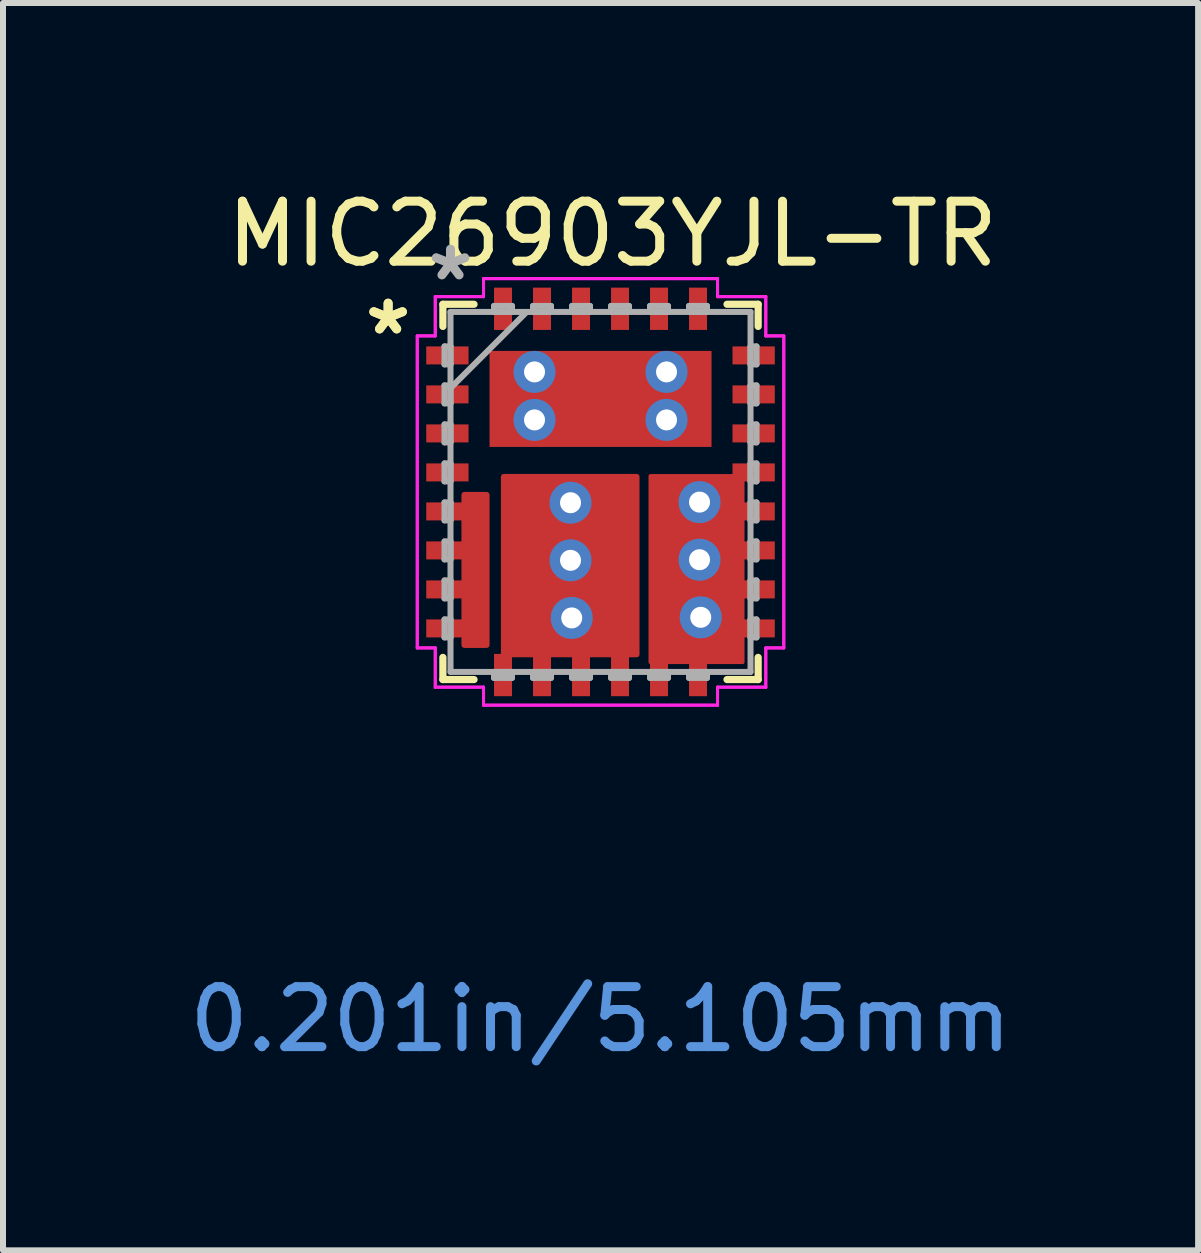
<source format=kicad_pcb>
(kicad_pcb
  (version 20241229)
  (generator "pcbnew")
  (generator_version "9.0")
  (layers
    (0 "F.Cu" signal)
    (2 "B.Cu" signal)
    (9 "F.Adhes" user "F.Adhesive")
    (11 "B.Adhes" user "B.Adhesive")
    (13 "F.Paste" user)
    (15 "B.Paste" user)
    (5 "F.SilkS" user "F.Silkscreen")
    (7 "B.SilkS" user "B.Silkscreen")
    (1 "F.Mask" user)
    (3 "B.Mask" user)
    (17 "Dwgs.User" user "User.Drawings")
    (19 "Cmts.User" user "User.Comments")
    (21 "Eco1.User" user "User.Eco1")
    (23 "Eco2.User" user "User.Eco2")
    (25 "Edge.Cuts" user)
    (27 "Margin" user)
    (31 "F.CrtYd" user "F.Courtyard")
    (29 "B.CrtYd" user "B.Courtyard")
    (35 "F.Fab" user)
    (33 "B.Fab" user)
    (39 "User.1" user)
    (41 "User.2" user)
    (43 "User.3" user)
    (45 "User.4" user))
  (footprint "MIC26903YJL-TR"
    (layer "F.Cu")
    (at 6.958 5.148)
    (property "Reference" "MIC26903YJL-TR" (at 0.2 -4.3 0) (layer "F.SilkS") (effects (font (size 1 1) (thickness 0.15))))
    (attr through_hole)
    (fp_poly (pts (xy -2.268 0.05) (xy -1.899 0.05) (xy -1.899 2.55) (xy -2.268 2.55)) (stroke (width 0.1) (type solid)) (fill yes) (layer "F.Cu"))
    (fp_line (start -2.627 -3.127) (end -2.627 -2.758) (stroke (width 0.12) (type solid)) (layer "F.SilkS"))
    (fp_line (start -2.627 2.758) (end -2.627 3.127) (stroke (width 0.12) (type solid)) (layer "F.SilkS"))
    (fp_line (start -2.627 3.127) (end -2.108 3.127) (stroke (width 0.12) (type solid)) (layer "F.SilkS"))
    (fp_line (start -2.108 -3.127) (end -2.627 -3.127) (stroke (width 0.12) (type solid)) (layer "F.SilkS"))
    (fp_line (start 2.108 3.127) (end 2.627 3.127) (stroke (width 0.12) (type solid)) (layer "F.SilkS"))
    (fp_line (start 2.627 -3.127) (end 2.108 -3.127) (stroke (width 0.12) (type solid)) (layer "F.SilkS"))
    (fp_line (start 2.627 -2.758) (end 2.627 -3.127) (stroke (width 0.12) (type solid)) (layer "F.SilkS"))
    (fp_line (start 2.627 3.127) (end 2.627 2.758) (stroke (width 0.12) (type solid)) (layer "F.SilkS"))
    (fp_rect (start -2.82 -2.205) (end -2.32 -2.35) (stroke (width 0.1) (type solid)) (fill yes) (layer "F.Paste"))
    (fp_rect (start -2.82 -1.555) (end -2.32 -1.7) (stroke (width 0.1) (type solid)) (fill yes) (layer "F.Paste"))
    (fp_rect (start -2.82 0.385) (end -2.32 0.24) (stroke (width 0.1) (type solid)) (fill yes) (layer "F.Paste"))
    (fp_rect (start -2.82 1.045) (end -2.32 0.9) (stroke (width 0.1) (type solid)) (fill yes) (layer "F.Paste"))
    (fp_rect (start -2.82 1.705) (end -2.32 1.56) (stroke (width 0.1) (type solid)) (fill yes) (layer "F.Paste"))
    (fp_rect (start -2.81 -0.905) (end -2.31 -1.05) (stroke (width 0.1) (type solid)) (fill yes) (layer "F.Paste"))
    (fp_rect (start -2.81 -0.255) (end -2.31 -0.4) (stroke (width 0.1) (type solid)) (fill yes) (layer "F.Paste"))
    (fp_rect (start -2.81 2.345) (end -2.31 2.2) (stroke (width 0.1) (type solid)) (fill yes) (layer "F.Paste"))
    (fp_rect (start -1.795 -2.3) (end -0.16 -0.8) (stroke (width 0.1) (type solid)) (fill yes) (layer "F.Paste"))
    (fp_rect (start -1.705 2.79) (end -1.56 3.29) (stroke (width 0.1) (type solid)) (fill yes) (layer "F.Paste"))
    (fp_rect (start -1.7 -3.32) (end -1.555 -2.82) (stroke (width 0.1) (type solid)) (fill yes) (layer "F.Paste"))
    (fp_rect (start -1.595 1.82) (end -0.83 2.54) (stroke (width 0.1) (type solid)) (fill yes) (layer "F.Paste"))
    (fp_rect (start -1.585 -0.22) (end -0.82 0.5) (stroke (width 0.1) (type solid)) (fill yes) (layer "F.Paste"))
    (fp_rect (start -1.535 0.77) (end -0.77 1.49) (stroke (width 0.1) (type solid)) (fill yes) (layer "F.Paste"))
    (fp_rect (start -1.055 2.79) (end -0.91 3.29) (stroke (width 0.1) (type solid)) (fill yes) (layer "F.Paste"))
    (fp_rect (start -1.045 -3.3) (end -0.9 -2.8) (stroke (width 0.1) (type solid)) (fill yes) (layer "F.Paste"))
    (fp_rect (start -0.405 2.8) (end -0.26 3.3) (stroke (width 0.1) (type solid)) (fill yes) (layer "F.Paste"))
    (fp_rect (start -0.395 -3.3) (end -0.25 -2.8) (stroke (width 0.1) (type solid)) (fill yes) (layer "F.Paste"))
    (fp_rect (start -0.215 0.74) (end 0.55 1.46) (stroke (width 0.1) (type solid)) (fill yes) (layer "F.Paste"))
    (fp_rect (start -0.205 -0.22) (end 0.56 0.5) (stroke (width 0.1) (type solid)) (fill yes) (layer "F.Paste"))
    (fp_rect (start -0.205 1.72) (end 0.56 2.44) (stroke (width 0.1) (type solid)) (fill yes) (layer "F.Paste"))
    (fp_rect (start 0.165 -2.3) (end 1.8 -0.8) (stroke (width 0.1) (type solid)) (fill yes) (layer "F.Paste"))
    (fp_rect (start 0.255 -3.29) (end 0.4 -2.79) (stroke (width 0.1) (type solid)) (fill yes) (layer "F.Paste"))
    (fp_rect (start 0.255 2.82) (end 0.4 3.32) (stroke (width 0.1) (type solid)) (fill yes) (layer "F.Paste"))
    (fp_rect (start 0.895 -3.3) (end 1.04 -2.8) (stroke (width 0.1) (type solid)) (fill yes) (layer "F.Paste"))
    (fp_rect (start 0.905 2.82) (end 1.05 3.32) (stroke (width 0.1) (type solid)) (fill yes) (layer "F.Paste"))
    (fp_rect (start 1.238 1.24) (end 2.002 2.61) (stroke (width 0.1) (type solid)) (fill yes) (layer "F.Paste"))
    (fp_rect (start 1.255 -0.23) (end 2.02 0.97) (stroke (width 0.1) (type solid)) (fill yes) (layer "F.Paste"))
    (fp_rect (start 1.545 -3.3) (end 1.69 -2.8) (stroke (width 0.1) (type solid)) (fill yes) (layer "F.Paste"))
    (fp_rect (start 1.695 3.32) (end 1.55 2.82) (stroke (width 0.1) (type solid)) (fill yes) (layer "F.Paste"))
    (fp_rect (start 2.29 0.405) (end 2.79 0.26) (stroke (width 0.1) (type solid)) (fill yes) (layer "F.Paste"))
    (fp_rect (start 2.3 -2.205) (end 2.8 -2.35) (stroke (width 0.1) (type solid)) (fill yes) (layer "F.Paste"))
    (fp_rect (start 2.3 -1.555) (end 2.8 -1.7) (stroke (width 0.1) (type solid)) (fill yes) (layer "F.Paste"))
    (fp_rect (start 2.3 -0.895) (end 2.8 -1.04) (stroke (width 0.1) (type solid)) (fill yes) (layer "F.Paste"))
    (fp_rect (start 2.3 -0.265) (end 2.8 -0.41) (stroke (width 0.1) (type solid)) (fill yes) (layer "F.Paste"))
    (fp_rect (start 2.33 1.045) (end 2.83 0.9) (stroke (width 0.1) (type solid)) (fill yes) (layer "F.Paste"))
    (fp_rect (start 2.33 1.695) (end 2.83 1.55) (stroke (width 0.1) (type solid)) (fill yes) (layer "F.Paste"))
    (fp_rect (start 2.34 2.345) (end 2.84 2.2) (stroke (width 0.1) (type solid)) (fill yes) (layer "F.Paste"))
    (fp_line (start -3.054 -2.6) (end -2.754 -2.6) (stroke (width 0.05) (type solid)) (layer "F.CrtYd"))
    (fp_line (start -3.054 -2.6) (end -2.754 -2.6) (stroke (width 0.05) (type solid)) (layer "F.CrtYd"))
    (fp_line (start -3.054 2.6) (end -3.054 -2.6) (stroke (width 0.05) (type solid)) (layer "F.CrtYd"))
    (fp_line (start -3.054 2.6) (end -3.054 -2.6) (stroke (width 0.05) (type solid)) (layer "F.CrtYd"))
    (fp_line (start -2.754 -3.254) (end -1.95 -3.254) (stroke (width 0.05) (type solid)) (layer "F.CrtYd"))
    (fp_line (start -2.754 -3.254) (end -1.95 -3.254) (stroke (width 0.05) (type solid)) (layer "F.CrtYd"))
    (fp_line (start -2.754 -2.6) (end -2.754 -3.254) (stroke (width 0.05) (type solid)) (layer "F.CrtYd"))
    (fp_line (start -2.754 -2.6) (end -2.754 -3.254) (stroke (width 0.05) (type solid)) (layer "F.CrtYd"))
    (fp_line (start -2.754 2.6) (end -3.054 2.6) (stroke (width 0.05) (type solid)) (layer "F.CrtYd"))
    (fp_line (start -2.754 2.6) (end -3.054 2.6) (stroke (width 0.05) (type solid)) (layer "F.CrtYd"))
    (fp_line (start -2.754 3.254) (end -2.754 2.6) (stroke (width 0.05) (type solid)) (layer "F.CrtYd"))
    (fp_line (start -2.754 3.254) (end -2.754 2.6) (stroke (width 0.05) (type solid)) (layer "F.CrtYd"))
    (fp_line (start -1.95 -3.554) (end 1.95 -3.554) (stroke (width 0.05) (type solid)) (layer "F.CrtYd"))
    (fp_line (start -1.95 -3.554) (end 1.95 -3.554) (stroke (width 0.05) (type solid)) (layer "F.CrtYd"))
    (fp_line (start -1.95 -3.254) (end -1.95 -3.554) (stroke (width 0.05) (type solid)) (layer "F.CrtYd"))
    (fp_line (start -1.95 -3.254) (end -1.95 -3.554) (stroke (width 0.05) (type solid)) (layer "F.CrtYd"))
    (fp_line (start -1.95 3.254) (end -2.754 3.254) (stroke (width 0.05) (type solid)) (layer "F.CrtYd"))
    (fp_line (start -1.95 3.254) (end -2.754 3.254) (stroke (width 0.05) (type solid)) (layer "F.CrtYd"))
    (fp_line (start -1.95 3.554) (end -1.95 3.254) (stroke (width 0.05) (type solid)) (layer "F.CrtYd"))
    (fp_line (start -1.95 3.554) (end -1.95 3.254) (stroke (width 0.05) (type solid)) (layer "F.CrtYd"))
    (fp_line (start 1.95 -3.554) (end 1.95 -3.254) (stroke (width 0.05) (type solid)) (layer "F.CrtYd"))
    (fp_line (start 1.95 -3.554) (end 1.95 -3.254) (stroke (width 0.05) (type solid)) (layer "F.CrtYd"))
    (fp_line (start 1.95 -3.254) (end 2.754 -3.254) (stroke (width 0.05) (type solid)) (layer "F.CrtYd"))
    (fp_line (start 1.95 -3.254) (end 2.754 -3.254) (stroke (width 0.05) (type solid)) (layer "F.CrtYd"))
    (fp_line (start 1.95 3.254) (end 1.95 3.554) (stroke (width 0.05) (type solid)) (layer "F.CrtYd"))
    (fp_line (start 1.95 3.254) (end 1.95 3.554) (stroke (width 0.05) (type solid)) (layer "F.CrtYd"))
    (fp_line (start 1.95 3.554) (end -1.95 3.554) (stroke (width 0.05) (type solid)) (layer "F.CrtYd"))
    (fp_line (start 1.95 3.554) (end -1.95 3.554) (stroke (width 0.05) (type solid)) (layer "F.CrtYd"))
    (fp_line (start 2.754 -3.254) (end 2.754 -2.6) (stroke (width 0.05) (type solid)) (layer "F.CrtYd"))
    (fp_line (start 2.754 -3.254) (end 2.754 -2.6) (stroke (width 0.05) (type solid)) (layer "F.CrtYd"))
    (fp_line (start 2.754 -2.6) (end 3.054 -2.6) (stroke (width 0.05) (type solid)) (layer "F.CrtYd"))
    (fp_line (start 2.754 -2.6) (end 3.054 -2.6) (stroke (width 0.05) (type solid)) (layer "F.CrtYd"))
    (fp_line (start 2.754 2.6) (end 2.754 3.254) (stroke (width 0.05) (type solid)) (layer "F.CrtYd"))
    (fp_line (start 2.754 2.6) (end 2.754 3.254) (stroke (width 0.05) (type solid)) (layer "F.CrtYd"))
    (fp_line (start 2.754 3.254) (end 1.95 3.254) (stroke (width 0.05) (type solid)) (layer "F.CrtYd"))
    (fp_line (start 2.754 3.254) (end 1.95 3.254) (stroke (width 0.05) (type solid)) (layer "F.CrtYd"))
    (fp_line (start 3.054 -2.6) (end 3.054 2.6) (stroke (width 0.05) (type solid)) (layer "F.CrtYd"))
    (fp_line (start 3.054 -2.6) (end 3.054 2.6) (stroke (width 0.05) (type solid)) (layer "F.CrtYd"))
    (fp_line (start 3.054 2.6) (end 2.754 2.6) (stroke (width 0.05) (type solid)) (layer "F.CrtYd"))
    (fp_line (start 3.054 2.6) (end 2.754 2.6) (stroke (width 0.05) (type solid)) (layer "F.CrtYd"))
    (fp_line (start -2.6 -2.425) (end -2.6 -2.125) (stroke (width 0.1) (type solid)) (layer "F.Fab"))
    (fp_line (start -2.6 -2.125) (end -2.5 -2.125) (stroke (width 0.1) (type solid)) (layer "F.Fab"))
    (fp_line (start -2.6 -1.775) (end -2.6 -1.475) (stroke (width 0.1) (type solid)) (layer "F.Fab"))
    (fp_line (start -2.6 -1.475) (end -2.5 -1.475) (stroke (width 0.1) (type solid)) (layer "F.Fab"))
    (fp_line (start -2.6 -1.125) (end -2.6 -0.825) (stroke (width 0.1) (type solid)) (layer "F.Fab"))
    (fp_line (start -2.6 -0.825) (end -2.5 -0.825) (stroke (width 0.1) (type solid)) (layer "F.Fab"))
    (fp_line (start -2.6 -0.475) (end -2.6 -0.175) (stroke (width 0.1) (type solid)) (layer "F.Fab"))
    (fp_line (start -2.6 -0.175) (end -2.5 -0.175) (stroke (width 0.1) (type solid)) (layer "F.Fab"))
    (fp_line (start -2.6 0.175) (end -2.6 0.475) (stroke (width 0.1) (type solid)) (layer "F.Fab"))
    (fp_line (start -2.6 0.475) (end -2.5 0.475) (stroke (width 0.1) (type solid)) (layer "F.Fab"))
    (fp_line (start -2.6 0.825) (end -2.6 1.125) (stroke (width 0.1) (type solid)) (layer "F.Fab"))
    (fp_line (start -2.6 1.125) (end -2.5 1.125) (stroke (width 0.1) (type solid)) (layer "F.Fab"))
    (fp_line (start -2.6 1.475) (end -2.6 1.775) (stroke (width 0.1) (type solid)) (layer "F.Fab"))
    (fp_line (start -2.6 1.775) (end -2.5 1.775) (stroke (width 0.1) (type solid)) (layer "F.Fab"))
    (fp_line (start -2.6 2.125) (end -2.6 2.425) (stroke (width 0.1) (type solid)) (layer "F.Fab"))
    (fp_line (start -2.6 2.425) (end -2.5 2.425) (stroke (width 0.1) (type solid)) (layer "F.Fab"))
    (fp_line (start -2.5 -3) (end -2.5 3) (stroke (width 0.1) (type solid)) (layer "F.Fab"))
    (fp_line (start -2.5 -2.425) (end -2.6 -2.425) (stroke (width 0.1) (type solid)) (layer "F.Fab"))
    (fp_line (start -2.5 -2.125) (end -2.5 -2.425) (stroke (width 0.1) (type solid)) (layer "F.Fab"))
    (fp_line (start -2.5 -1.775) (end -2.6 -1.775) (stroke (width 0.1) (type solid)) (layer "F.Fab"))
    (fp_line (start -2.5 -1.73) (end -1.23 -3) (stroke (width 0.1) (type solid)) (layer "F.Fab"))
    (fp_line (start -2.5 -1.475) (end -2.5 -1.775) (stroke (width 0.1) (type solid)) (layer "F.Fab"))
    (fp_line (start -2.5 -1.125) (end -2.6 -1.125) (stroke (width 0.1) (type solid)) (layer "F.Fab"))
    (fp_line (start -2.5 -0.825) (end -2.5 -1.125) (stroke (width 0.1) (type solid)) (layer "F.Fab"))
    (fp_line (start -2.5 -0.475) (end -2.6 -0.475) (stroke (width 0.1) (type solid)) (layer "F.Fab"))
    (fp_line (start -2.5 -0.175) (end -2.5 -0.475) (stroke (width 0.1) (type solid)) (layer "F.Fab"))
    (fp_line (start -2.5 0.175) (end -2.6 0.175) (stroke (width 0.1) (type solid)) (layer "F.Fab"))
    (fp_line (start -2.5 0.475) (end -2.5 0.175) (stroke (width 0.1) (type solid)) (layer "F.Fab"))
    (fp_line (start -2.5 0.825) (end -2.6 0.825) (stroke (width 0.1) (type solid)) (layer "F.Fab"))
    (fp_line (start -2.5 1.125) (end -2.5 0.825) (stroke (width 0.1) (type solid)) (layer "F.Fab"))
    (fp_line (start -2.5 1.475) (end -2.6 1.475) (stroke (width 0.1) (type solid)) (layer "F.Fab"))
    (fp_line (start -2.5 1.775) (end -2.5 1.475) (stroke (width 0.1) (type solid)) (layer "F.Fab"))
    (fp_line (start -2.5 2.125) (end -2.6 2.125) (stroke (width 0.1) (type solid)) (layer "F.Fab"))
    (fp_line (start -2.5 2.425) (end -2.5 2.125) (stroke (width 0.1) (type solid)) (layer "F.Fab"))
    (fp_line (start -2.5 3) (end 2.5 3) (stroke (width 0.1) (type solid)) (layer "F.Fab"))
    (fp_line (start -1.775 -3.1) (end -1.775 -3) (stroke (width 0.1) (type solid)) (layer "F.Fab"))
    (fp_line (start -1.775 -3) (end -1.475 -3) (stroke (width 0.1) (type solid)) (layer "F.Fab"))
    (fp_line (start -1.775 3) (end -1.775 3.1) (stroke (width 0.1) (type solid)) (layer "F.Fab"))
    (fp_line (start -1.775 3.1) (end -1.475 3.1) (stroke (width 0.1) (type solid)) (layer "F.Fab"))
    (fp_line (start -1.475 -3.1) (end -1.775 -3.1) (stroke (width 0.1) (type solid)) (layer "F.Fab"))
    (fp_line (start -1.475 -3) (end -1.475 -3.1) (stroke (width 0.1) (type solid)) (layer "F.Fab"))
    (fp_line (start -1.475 3) (end -1.775 3) (stroke (width 0.1) (type solid)) (layer "F.Fab"))
    (fp_line (start -1.475 3.1) (end -1.475 3) (stroke (width 0.1) (type solid)) (layer "F.Fab"))
    (fp_line (start -1.125 -3.1) (end -1.125 -3) (stroke (width 0.1) (type solid)) (layer "F.Fab"))
    (fp_line (start -1.125 -3) (end -0.825 -3) (stroke (width 0.1) (type solid)) (layer "F.Fab"))
    (fp_line (start -1.125 3) (end -1.125 3.1) (stroke (width 0.1) (type solid)) (layer "F.Fab"))
    (fp_line (start -1.125 3.1) (end -0.825 3.1) (stroke (width 0.1) (type solid)) (layer "F.Fab"))
    (fp_line (start -0.825 -3.1) (end -1.125 -3.1) (stroke (width 0.1) (type solid)) (layer "F.Fab"))
    (fp_line (start -0.825 -3) (end -0.825 -3.1) (stroke (width 0.1) (type solid)) (layer "F.Fab"))
    (fp_line (start -0.825 3) (end -1.125 3) (stroke (width 0.1) (type solid)) (layer "F.Fab"))
    (fp_line (start -0.825 3.1) (end -0.825 3) (stroke (width 0.1) (type solid)) (layer "F.Fab"))
    (fp_line (start -0.475 -3.1) (end -0.475 -3) (stroke (width 0.1) (type solid)) (layer "F.Fab"))
    (fp_line (start -0.475 -3) (end -0.175 -3) (stroke (width 0.1) (type solid)) (layer "F.Fab"))
    (fp_line (start -0.475 3) (end -0.475 3.1) (stroke (width 0.1) (type solid)) (layer "F.Fab"))
    (fp_line (start -0.475 3.1) (end -0.175 3.1) (stroke (width 0.1) (type solid)) (layer "F.Fab"))
    (fp_line (start -0.175 -3.1) (end -0.475 -3.1) (stroke (width 0.1) (type solid)) (layer "F.Fab"))
    (fp_line (start -0.175 -3) (end -0.175 -3.1) (stroke (width 0.1) (type solid)) (layer "F.Fab"))
    (fp_line (start -0.175 3) (end -0.475 3) (stroke (width 0.1) (type solid)) (layer "F.Fab"))
    (fp_line (start -0.175 3.1) (end -0.175 3) (stroke (width 0.1) (type solid)) (layer "F.Fab"))
    (fp_line (start 0.175 -3.1) (end 0.175 -3) (stroke (width 0.1) (type solid)) (layer "F.Fab"))
    (fp_line (start 0.175 -3) (end 0.475 -3) (stroke (width 0.1) (type solid)) (layer "F.Fab"))
    (fp_line (start 0.175 3) (end 0.175 3.1) (stroke (width 0.1) (type solid)) (layer "F.Fab"))
    (fp_line (start 0.175 3.1) (end 0.475 3.1) (stroke (width 0.1) (type solid)) (layer "F.Fab"))
    (fp_line (start 0.475 -3.1) (end 0.175 -3.1) (stroke (width 0.1) (type solid)) (layer "F.Fab"))
    (fp_line (start 0.475 -3) (end 0.475 -3.1) (stroke (width 0.1) (type solid)) (layer "F.Fab"))
    (fp_line (start 0.475 3) (end 0.175 3) (stroke (width 0.1) (type solid)) (layer "F.Fab"))
    (fp_line (start 0.475 3.1) (end 0.475 3) (stroke (width 0.1) (type solid)) (layer "F.Fab"))
    (fp_line (start 0.825 -3.1) (end 0.825 -3) (stroke (width 0.1) (type solid)) (layer "F.Fab"))
    (fp_line (start 0.825 -3) (end 1.125 -3) (stroke (width 0.1) (type solid)) (layer "F.Fab"))
    (fp_line (start 0.825 3) (end 0.825 3.1) (stroke (width 0.1) (type solid)) (layer "F.Fab"))
    (fp_line (start 0.825 3.1) (end 1.125 3.1) (stroke (width 0.1) (type solid)) (layer "F.Fab"))
    (fp_line (start 1.125 -3.1) (end 0.825 -3.1) (stroke (width 0.1) (type solid)) (layer "F.Fab"))
    (fp_line (start 1.125 -3) (end 1.125 -3.1) (stroke (width 0.1) (type solid)) (layer "F.Fab"))
    (fp_line (start 1.125 3) (end 0.825 3) (stroke (width 0.1) (type solid)) (layer "F.Fab"))
    (fp_line (start 1.125 3.1) (end 1.125 3) (stroke (width 0.1) (type solid)) (layer "F.Fab"))
    (fp_line (start 1.475 -3.1) (end 1.475 -3) (stroke (width 0.1) (type solid)) (layer "F.Fab"))
    (fp_line (start 1.475 -3) (end 1.775 -3) (stroke (width 0.1) (type solid)) (layer "F.Fab"))
    (fp_line (start 1.475 3) (end 1.475 3.1) (stroke (width 0.1) (type solid)) (layer "F.Fab"))
    (fp_line (start 1.475 3.1) (end 1.775 3.1) (stroke (width 0.1) (type solid)) (layer "F.Fab"))
    (fp_line (start 1.775 -3.1) (end 1.475 -3.1) (stroke (width 0.1) (type solid)) (layer "F.Fab"))
    (fp_line (start 1.775 -3) (end 1.775 -3.1) (stroke (width 0.1) (type solid)) (layer "F.Fab"))
    (fp_line (start 1.775 3) (end 1.475 3) (stroke (width 0.1) (type solid)) (layer "F.Fab"))
    (fp_line (start 1.775 3.1) (end 1.775 3) (stroke (width 0.1) (type solid)) (layer "F.Fab"))
    (fp_line (start 2.5 -3) (end -2.5 -3) (stroke (width 0.1) (type solid)) (layer "F.Fab"))
    (fp_line (start 2.5 -2.425) (end 2.5 -2.125) (stroke (width 0.1) (type solid)) (layer "F.Fab"))
    (fp_line (start 2.5 -2.125) (end 2.6 -2.125) (stroke (width 0.1) (type solid)) (layer "F.Fab"))
    (fp_line (start 2.5 -1.775) (end 2.5 -1.475) (stroke (width 0.1) (type solid)) (layer "F.Fab"))
    (fp_line (start 2.5 -1.475) (end 2.6 -1.475) (stroke (width 0.1) (type solid)) (layer "F.Fab"))
    (fp_line (start 2.5 -1.125) (end 2.5 -0.825) (stroke (width 0.1) (type solid)) (layer "F.Fab"))
    (fp_line (start 2.5 -0.825) (end 2.6 -0.825) (stroke (width 0.1) (type solid)) (layer "F.Fab"))
    (fp_line (start 2.5 -0.475) (end 2.5 -0.175) (stroke (width 0.1) (type solid)) (layer "F.Fab"))
    (fp_line (start 2.5 -0.175) (end 2.6 -0.175) (stroke (width 0.1) (type solid)) (layer "F.Fab"))
    (fp_line (start 2.5 0.175) (end 2.5 0.475) (stroke (width 0.1) (type solid)) (layer "F.Fab"))
    (fp_line (start 2.5 0.475) (end 2.6 0.475) (stroke (width 0.1) (type solid)) (layer "F.Fab"))
    (fp_line (start 2.5 0.825) (end 2.5 1.125) (stroke (width 0.1) (type solid)) (layer "F.Fab"))
    (fp_line (start 2.5 1.125) (end 2.6 1.125) (stroke (width 0.1) (type solid)) (layer "F.Fab"))
    (fp_line (start 2.5 1.475) (end 2.5 1.775) (stroke (width 0.1) (type solid)) (layer "F.Fab"))
    (fp_line (start 2.5 1.775) (end 2.6 1.775) (stroke (width 0.1) (type solid)) (layer "F.Fab"))
    (fp_line (start 2.5 2.125) (end 2.5 2.425) (stroke (width 0.1) (type solid)) (layer "F.Fab"))
    (fp_line (start 2.5 2.425) (end 2.6 2.425) (stroke (width 0.1) (type solid)) (layer "F.Fab"))
    (fp_line (start 2.5 3) (end 2.5 -3) (stroke (width 0.1) (type solid)) (layer "F.Fab"))
    (fp_line (start 2.6 -2.425) (end 2.5 -2.425) (stroke (width 0.1) (type solid)) (layer "F.Fab"))
    (fp_line (start 2.6 -2.125) (end 2.6 -2.425) (stroke (width 0.1) (type solid)) (layer "F.Fab"))
    (fp_line (start 2.6 -1.775) (end 2.5 -1.775) (stroke (width 0.1) (type solid)) (layer "F.Fab"))
    (fp_line (start 2.6 -1.475) (end 2.6 -1.775) (stroke (width 0.1) (type solid)) (layer "F.Fab"))
    (fp_line (start 2.6 -1.125) (end 2.5 -1.125) (stroke (width 0.1) (type solid)) (layer "F.Fab"))
    (fp_line (start 2.6 -0.825) (end 2.6 -1.125) (stroke (width 0.1) (type solid)) (layer "F.Fab"))
    (fp_line (start 2.6 -0.475) (end 2.5 -0.475) (stroke (width 0.1) (type solid)) (layer "F.Fab"))
    (fp_line (start 2.6 -0.175) (end 2.6 -0.475) (stroke (width 0.1) (type solid)) (layer "F.Fab"))
    (fp_line (start 2.6 0.175) (end 2.5 0.175) (stroke (width 0.1) (type solid)) (layer "F.Fab"))
    (fp_line (start 2.6 0.475) (end 2.6 0.175) (stroke (width 0.1) (type solid)) (layer "F.Fab"))
    (fp_line (start 2.6 0.825) (end 2.5 0.825) (stroke (width 0.1) (type solid)) (layer "F.Fab"))
    (fp_line (start 2.6 1.125) (end 2.6 0.825) (stroke (width 0.1) (type solid)) (layer "F.Fab"))
    (fp_line (start 2.6 1.475) (end 2.5 1.475) (stroke (width 0.1) (type solid)) (layer "F.Fab"))
    (fp_line (start 2.6 1.775) (end 2.6 1.475) (stroke (width 0.1) (type solid)) (layer "F.Fab"))
    (fp_line (start 2.6 2.125) (end 2.5 2.125) (stroke (width 0.1) (type solid)) (layer "F.Fab"))
    (fp_line (start 2.6 2.425) (end 2.6 2.125) (stroke (width 0.1) (type solid)) (layer "F.Fab"))
    (fp_text user "*" (at -3.54 -2.6 0) (layer "F.SilkS") (effects (font (size 1 1) (thickness 0.15))))
    (fp_text user "*" (at -3.54 -2.6 0) (layer "F.SilkS") (effects (font (size 1 1) (thickness 0.15))))
    (fp_text user "0.201in/5.105mm" (at 0 8.79 0) (layer "Cmts.User") (effects (font (size 1 1) (thickness 0.15))))
    (fp_text user "*" (at -2.5 -3.5 0) (layer "F.Fab") (effects (font (size 1 1) (thickness 0.15))))
    (pad "1" smd rect (at -2.552 -2.275 90) (size 0.3 0.705) (layers "F.Cu" "F.Mask" "F.Paste"))
    (pad "2" smd rect (at -2.552 -1.625 90) (size 0.3 0.705) (layers "F.Cu" "F.Mask" "F.Paste"))
    (pad "2" thru_hole circle (at -1.1 -2) (size 0.7 0.7) (drill 0.35) (layers "*.Cu" "F.Mask"))
    (pad "2" thru_hole circle (at -1.1 -1.2) (size 0.7 0.7) (drill 0.35) (layers "*.Cu" "F.Mask"))
    (pad "2" smd rect (at 0 -1.55) (size 3.7 1.6) (layers "F.Cu" "F.Mask" "F.Paste"))
    (pad "2" thru_hole circle (at 1.1 -2) (size 0.7 0.7) (drill 0.35) (layers "*.Cu" "F.Mask"))
    (pad "2" thru_hole circle (at 1.1 -1.2) (size 0.7 0.7) (drill 0.35) (layers "*.Cu" "F.Mask"))
    (pad "3" smd rect (at -2.552 -0.975 90) (size 0.3 0.705) (layers "F.Cu" "F.Mask" "F.Paste"))
    (pad "4" smd rect (at -2.552 -0.325 90) (size 0.3 0.705) (layers "F.Cu" "F.Mask" "F.Paste"))
    (pad "5" smd rect (at -2.552 0.325 90) (size 0.3 0.705) (layers "F.Cu" "F.Mask" "F.Paste"))
    (pad "6" smd rect (at -2.552 0.975 90) (size 0.3 0.705) (layers "F.Cu" "F.Mask" "F.Paste"))
    (pad "7" smd rect (at -2.552 1.625 90) (size 0.3 0.705) (layers "F.Cu" "F.Mask" "F.Paste"))
    (pad "8" smd rect (at -2.552 2.275 90) (size 0.3 0.705) (layers "F.Cu" "F.Mask" "F.Paste"))
    (pad "9" smd rect (at -1.625 3.052) (size 0.3 0.705) (layers "F.Cu" "F.Mask" "F.Paste"))
    (pad "10" smd rect (at -0.975 3.052) (size 0.3 0.705) (layers "F.Cu" "F.Mask" "F.Paste"))
    (pad "11" smd roundrect (at -0.505 1.228) (size 2.31 3.055) (layers "F.Cu" "F.Mask" "F.Paste") (roundrect_rratio 0.02))
    (pad "11" thru_hole circle (at -0.5 0.18) (size 0.7 0.7) (drill 0.35) (layers "*.Cu" "F.Mask"))
    (pad "11" thru_hole circle (at -0.5 1.14) (size 0.7 0.7) (drill 0.35) (layers "*.Cu" "F.Mask"))
    (pad "11" thru_hole circle (at -0.48 2.1) (size 0.7 0.7) (drill 0.35) (layers "*.Cu" "F.Mask"))
    (pad "11" smd rect (at -0.325 3.052) (size 0.3 0.705) (layers "F.Cu" "F.Mask" "F.Paste"))
    (pad "12" smd rect (at 0.325 3.052) (size 0.3 0.705) (layers "F.Cu" "F.Mask" "F.Paste"))
    (pad "13" smd rect (at 0.975 3.052) (size 0.3 0.705) (layers "F.Cu" "F.Mask" "F.Paste"))
    (pad "14" smd rect (at 1.625 3.052) (size 0.3 0.705) (layers "F.Cu" "F.Mask" "F.Paste"))
    (pad "15" smd roundrect (at 1.6 1.286) (size 1.6 3.167) (layers "F.Cu" "F.Mask" "F.Paste") (roundrect_rratio 0.02))
    (pad "15" thru_hole circle (at 1.65 0.17) (size 0.7 0.7) (drill 0.35) (layers "*.Cu" "F.Mask"))
    (pad "15" thru_hole circle (at 1.65 1.13) (size 0.7 0.7) (drill 0.35) (layers "*.Cu" "F.Mask"))
    (pad "15" thru_hole circle (at 1.67 2.09) (size 0.7 0.7) (drill 0.35) (layers "*.Cu" "F.Mask"))
    (pad "15" smd rect (at 2.552 2.275 90) (size 0.3 0.705) (layers "F.Cu" "F.Mask" "F.Paste"))
    (pad "16" smd rect (at 2.552 1.625 90) (size 0.3 0.705) (layers "F.Cu" "F.Mask" "F.Paste"))
    (pad "17" smd rect (at 2.552 0.975 90) (size 0.3 0.705) (layers "F.Cu" "F.Mask" "F.Paste"))
    (pad "18" smd rect (at 2.552 0.325 90) (size 0.3 0.705) (layers "F.Cu" "F.Mask" "F.Paste"))
    (pad "19" smd rect (at 2.552 -0.325 90) (size 0.3 0.705) (layers "F.Cu" "F.Mask" "F.Paste"))
    (pad "20" smd rect (at 2.552 -0.975 90) (size 0.3 0.705) (layers "F.Cu" "F.Mask" "F.Paste"))
    (pad "21" smd rect (at 2.552 -1.625 90) (size 0.3 0.705) (layers "F.Cu" "F.Mask" "F.Paste"))
    (pad "22" smd rect (at 2.552 -2.275 90) (size 0.3 0.705) (layers "F.Cu" "F.Mask" "F.Paste"))
    (pad "23" smd rect (at 1.625 -3.052) (size 0.3 0.705) (layers "F.Cu" "F.Mask" "F.Paste"))
    (pad "24" smd rect (at 0.975 -3.052) (size 0.3 0.705) (layers "F.Cu" "F.Mask" "F.Paste"))
    (pad "25" smd rect (at 0.325 -3.052) (size 0.3 0.705) (layers "F.Cu" "F.Mask" "F.Paste"))
    (pad "26" smd rect (at -0.325 -3.052) (size 0.3 0.705) (layers "F.Cu" "F.Mask" "F.Paste"))
    (pad "27" smd rect (at -0.975 -3.052) (size 0.3 0.705) (layers "F.Cu" "F.Mask" "F.Paste"))
    (pad "28" smd rect (at -1.625 -3.052) (size 0.3 0.705) (layers "F.Cu" "F.Mask" "F.Paste")))
  (gr_rect
    (start -3 -3)
    (end 16.917 17.787)
    (stroke (width 0.1) (type default))
    (fill no)
    (layer "Edge.Cuts")))
</source>
